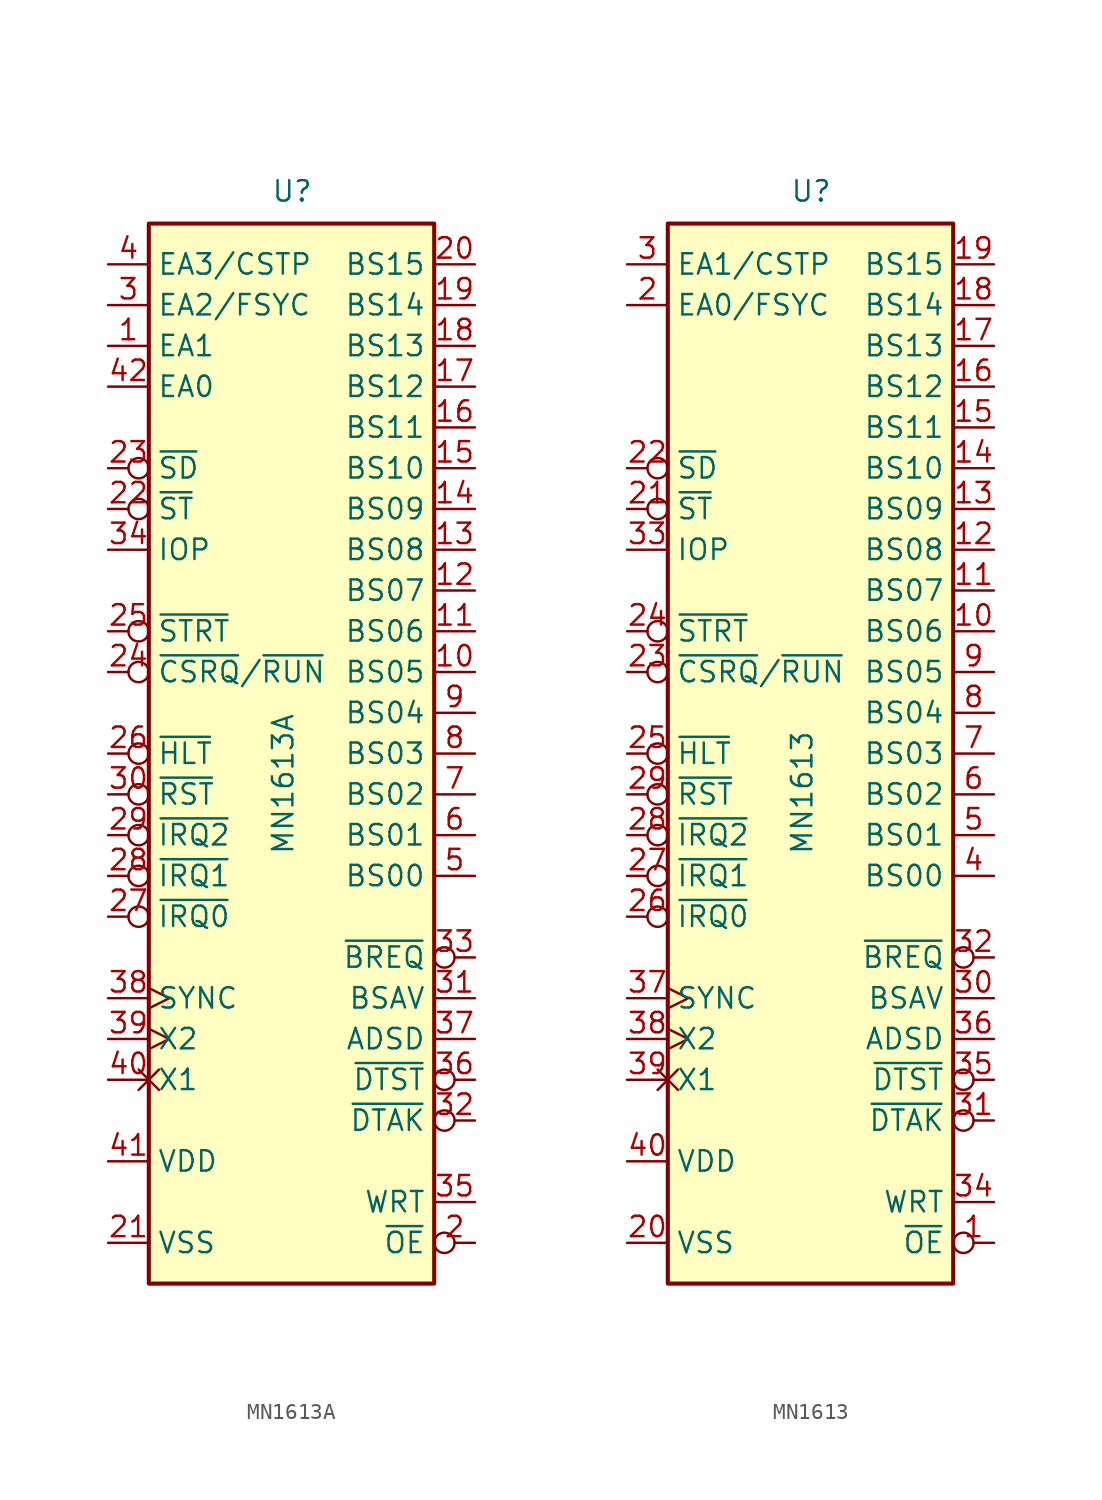
<source format=kicad_sym>
(kicad_symbol_lib
  (version 20211014)
  (generator kicad_symbol_editor)
  (symbol "MN1613A"
    (property "Reference" "U"
      (at -1.27 34.29 0)
      (effects (font (size 1.27 1.27)) (justify left bottom)))
    (property "Value" "MN1613A"
      (at -1.27 -6.35 90)
      (effects (font (size 1.27 1.27)) (justify left top)))
    (symbol "MN1613A_0_0"
      (pin output line (at -11.43 25.4 0) (length 2.54) (name "EA1" (effects (font (size 1.27 1.27)))) (number "1" (effects (font (size 1.27 1.27)))))
      (pin output line (at -11.43 22.86 0) (length 2.54) (name "EA0" (effects (font (size 1.27 1.27)))) (number "42" (effects (font (size 1.27 1.27))))))
    (symbol "MN1613A_0_1"
      (rectangle (start -8.89 -33.02) (end 8.89 33.02) (stroke (width 0.254) (type default) (color 0 0 0 0)) (fill (type background))))
    (symbol "MN1613A_1_1"
      (pin output line (at 11.43 5.08 180) (length 2.54) (name "BS05" (effects (font (size 1.27 1.27)))) (number "10" (effects (font (size 1.27 1.27)))))
      (pin output line (at 11.43 7.62 180) (length 2.54) (name "BS06" (effects (font (size 1.27 1.27)))) (number "11" (effects (font (size 1.27 1.27)))))
      (pin output line (at 11.43 10.16 180) (length 2.54) (name "BS07" (effects (font (size 1.27 1.27)))) (number "12" (effects (font (size 1.27 1.27)))))
      (pin output line (at 11.43 12.7 180) (length 2.54) (name "BS08" (effects (font (size 1.27 1.27)))) (number "13" (effects (font (size 1.27 1.27)))))
      (pin output line (at 11.43 15.24 180) (length 2.54) (name "BS09" (effects (font (size 1.27 1.27)))) (number "14" (effects (font (size 1.27 1.27)))))
      (pin output line (at 11.43 17.78 180) (length 2.54) (name "BS10" (effects (font (size 1.27 1.27)))) (number "15" (effects (font (size 1.27 1.27)))))
      (pin output line (at 11.43 20.32 180) (length 2.54) (name "BS11" (effects (font (size 1.27 1.27)))) (number "16" (effects (font (size 1.27 1.27)))))
      (pin output line (at 11.43 22.86 180) (length 2.54) (name "BS12" (effects (font (size 1.27 1.27)))) (number "17" (effects (font (size 1.27 1.27)))))
      (pin output line (at 11.43 25.4 180) (length 2.54) (name "BS13" (effects (font (size 1.27 1.27)))) (number "18" (effects (font (size 1.27 1.27)))))
      (pin output line (at 11.43 27.94 180) (length 2.54) (name "BS14" (effects (font (size 1.27 1.27)))) (number "19" (effects (font (size 1.27 1.27)))))
      (pin output inverted (at 11.43 -30.48 180) (length 2.54) (name "~{OE}" (effects (font (size 1.27 1.27)))) (number "2" (effects (font (size 1.27 1.27)))))
      (pin output line (at 11.43 30.48 180) (length 2.54) (name "BS15" (effects (font (size 1.27 1.27)))) (number "20" (effects (font (size 1.27 1.27)))))
      (pin power_in line (at -11.43 -30.48 0) (length 2.54) (name "VSS" (effects (font (size 1.27 1.27)))) (number "21" (effects (font (size 1.27 1.27)))))
      (pin output inverted (at -11.43 15.24 0) (length 2.54) (name "~{ST}" (effects (font (size 1.27 1.27)))) (number "22" (effects (font (size 1.27 1.27)))))
      (pin output inverted (at -11.43 17.78 0) (length 2.54) (name "~{SD}" (effects (font (size 1.27 1.27)))) (number "23" (effects (font (size 1.27 1.27)))))
      (pin input inverted (at -11.43 5.08 0) (length 2.54) (name "~{CSRQ}/~{RUN}" (effects (font (size 1.27 1.27)))) (number "24" (effects (font (size 1.27 1.27)))))
      (pin input inverted (at -11.43 7.62 0) (length 2.54) (name "~{STRT}" (effects (font (size 1.27 1.27)))) (number "25" (effects (font (size 1.27 1.27)))))
      (pin input inverted (at -11.43 0 0) (length 2.54) (name "~{HLT}" (effects (font (size 1.27 1.27)))) (number "26" (effects (font (size 1.27 1.27)))))
      (pin input inverted (at -11.43 -10.16 0) (length 2.54) (name "~{IRQ0}" (effects (font (size 1.27 1.27)))) (number "27" (effects (font (size 1.27 1.27)))))
      (pin input inverted (at -11.43 -7.62 0) (length 2.54) (name "~{IRQ1}" (effects (font (size 1.27 1.27)))) (number "28" (effects (font (size 1.27 1.27)))))
      (pin input inverted (at -11.43 -5.08 0) (length 2.54) (name "~{IRQ2}" (effects (font (size 1.27 1.27)))) (number "29" (effects (font (size 1.27 1.27)))))
      (pin output line (at -11.43 27.94 0) (length 2.54) (name "EA2/FSYC" (effects (font (size 1.27 1.27)))) (number "3" (effects (font (size 1.27 1.27)))))
      (pin input inverted (at -11.43 -2.54 0) (length 2.54) (name "~{RST}" (effects (font (size 1.27 1.27)))) (number "30" (effects (font (size 1.27 1.27)))))
      (pin input line (at 11.43 -15.24 180) (length 2.54) (name "BSAV" (effects (font (size 1.27 1.27)))) (number "31" (effects (font (size 1.27 1.27)))))
      (pin input inverted (at 11.43 -22.86 180) (length 2.54) (name "~{DTAK}" (effects (font (size 1.27 1.27)))) (number "32" (effects (font (size 1.27 1.27)))))
      (pin output inverted (at 11.43 -12.7 180) (length 2.54) (name "~{BREQ}" (effects (font (size 1.27 1.27)))) (number "33" (effects (font (size 1.27 1.27)))))
      (pin output line (at -11.43 12.7 0) (length 2.54) (name "IOP" (effects (font (size 1.27 1.27)))) (number "34" (effects (font (size 1.27 1.27)))))
      (pin output line (at 11.43 -27.94 180) (length 2.54) (name "WRT" (effects (font (size 1.27 1.27)))) (number "35" (effects (font (size 1.27 1.27)))))
      (pin output inverted (at 11.43 -20.32 180) (length 2.54) (name "~{DTST}" (effects (font (size 1.27 1.27)))) (number "36" (effects (font (size 1.27 1.27)))))
      (pin output line (at 11.43 -17.78 180) (length 2.54) (name "ADSD" (effects (font (size 1.27 1.27)))) (number "37" (effects (font (size 1.27 1.27)))))
      (pin output clock (at -11.43 -15.24 0) (length 2.54) (name "SYNC" (effects (font (size 1.27 1.27)))) (number "38" (effects (font (size 1.27 1.27)))))
      (pin input clock (at -11.43 -17.78 0) (length 2.54) (name "X2" (effects (font (size 1.27 1.27)))) (number "39" (effects (font (size 1.27 1.27)))))
      (pin output line (at -11.43 30.48 0) (length 2.54) (name "EA3/CSTP" (effects (font (size 1.27 1.27)))) (number "4" (effects (font (size 1.27 1.27)))))
      (pin passive non_logic (at -11.43 -20.32 0) (length 2.54) (name "X1" (effects (font (size 1.27 1.27)))) (number "40" (effects (font (size 1.27 1.27)))))
      (pin power_in line (at -11.43 -25.4 0) (length 2.54) (name "VDD" (effects (font (size 1.27 1.27)))) (number "41" (effects (font (size 1.27 1.27)))))
      (pin output line (at 11.43 -7.62 180) (length 2.54) (name "BS00" (effects (font (size 1.27 1.27)))) (number "5" (effects (font (size 1.27 1.27)))))
      (pin output line (at 11.43 -5.08 180) (length 2.54) (name "BS01" (effects (font (size 1.27 1.27)))) (number "6" (effects (font (size 1.27 1.27)))))
      (pin output line (at 11.43 -2.54 180) (length 2.54) (name "BS02" (effects (font (size 1.27 1.27)))) (number "7" (effects (font (size 1.27 1.27)))))
      (pin output line (at 11.43 0 180) (length 2.54) (name "BS03" (effects (font (size 1.27 1.27)))) (number "8" (effects (font (size 1.27 1.27)))))
      (pin output line (at 11.43 2.54 180) (length 2.54) (name "BS04" (effects (font (size 1.27 1.27)))) (number "9" (effects (font (size 1.27 1.27)))))))
  (symbol "MN1613"
    (property "Reference" "U"
      (at -1.27 34.29 0)
      (effects (font (size 1.27 1.27)) (justify left bottom)))
    (property "Value" "MN1613"
      (at -1.27 -6.35 90)
      (effects (font (size 1.27 1.27)) (justify left top)))
    (symbol "MN1613_0_1"
      (rectangle (start -8.89 -33.02) (end 8.89 33.02) (stroke (width 0.254) (type default) (color 0 0 0 0)) (fill (type background))))
    (symbol "MN1613_1_1"
      (pin output inverted (at 11.43 -30.48 180) (length 2.54) (name "~{OE}" (effects (font (size 1.27 1.27)))) (number "1" (effects (font (size 1.27 1.27)))))
      (pin output line (at 11.43 7.62 180) (length 2.54) (name "BS06" (effects (font (size 1.27 1.27)))) (number "10" (effects (font (size 1.27 1.27)))))
      (pin output line (at 11.43 10.16 180) (length 2.54) (name "BS07" (effects (font (size 1.27 1.27)))) (number "11" (effects (font (size 1.27 1.27)))))
      (pin output line (at 11.43 12.7 180) (length 2.54) (name "BS08" (effects (font (size 1.27 1.27)))) (number "12" (effects (font (size 1.27 1.27)))))
      (pin output line (at 11.43 15.24 180) (length 2.54) (name "BS09" (effects (font (size 1.27 1.27)))) (number "13" (effects (font (size 1.27 1.27)))))
      (pin output line (at 11.43 17.78 180) (length 2.54) (name "BS10" (effects (font (size 1.27 1.27)))) (number "14" (effects (font (size 1.27 1.27)))))
      (pin output line (at 11.43 20.32 180) (length 2.54) (name "BS11" (effects (font (size 1.27 1.27)))) (number "15" (effects (font (size 1.27 1.27)))))
      (pin output line (at 11.43 22.86 180) (length 2.54) (name "BS12" (effects (font (size 1.27 1.27)))) (number "16" (effects (font (size 1.27 1.27)))))
      (pin output line (at 11.43 25.4 180) (length 2.54) (name "BS13" (effects (font (size 1.27 1.27)))) (number "17" (effects (font (size 1.27 1.27)))))
      (pin output line (at 11.43 27.94 180) (length 2.54) (name "BS14" (effects (font (size 1.27 1.27)))) (number "18" (effects (font (size 1.27 1.27)))))
      (pin output line (at 11.43 30.48 180) (length 2.54) (name "BS15" (effects (font (size 1.27 1.27)))) (number "19" (effects (font (size 1.27 1.27)))))
      (pin output line (at -11.43 27.94 0) (length 2.54) (name "EA0/FSYC" (effects (font (size 1.27 1.27)))) (number "2" (effects (font (size 1.27 1.27)))))
      (pin power_in line (at -11.43 -30.48 0) (length 2.54) (name "VSS" (effects (font (size 1.27 1.27)))) (number "20" (effects (font (size 1.27 1.27)))))
      (pin output inverted (at -11.43 15.24 0) (length 2.54) (name "~{ST}" (effects (font (size 1.27 1.27)))) (number "21" (effects (font (size 1.27 1.27)))))
      (pin output inverted (at -11.43 17.78 0) (length 2.54) (name "~{SD}" (effects (font (size 1.27 1.27)))) (number "22" (effects (font (size 1.27 1.27)))))
      (pin input inverted (at -11.43 5.08 0) (length 2.54) (name "~{CSRQ}/~{RUN}" (effects (font (size 1.27 1.27)))) (number "23" (effects (font (size 1.27 1.27)))))
      (pin input inverted (at -11.43 7.62 0) (length 2.54) (name "~{STRT}" (effects (font (size 1.27 1.27)))) (number "24" (effects (font (size 1.27 1.27)))))
      (pin input inverted (at -11.43 0 0) (length 2.54) (name "~{HLT}" (effects (font (size 1.27 1.27)))) (number "25" (effects (font (size 1.27 1.27)))))
      (pin input inverted (at -11.43 -10.16 0) (length 2.54) (name "~{IRQ0}" (effects (font (size 1.27 1.27)))) (number "26" (effects (font (size 1.27 1.27)))))
      (pin input inverted (at -11.43 -7.62 0) (length 2.54) (name "~{IRQ1}" (effects (font (size 1.27 1.27)))) (number "27" (effects (font (size 1.27 1.27)))))
      (pin input inverted (at -11.43 -5.08 0) (length 2.54) (name "~{IRQ2}" (effects (font (size 1.27 1.27)))) (number "28" (effects (font (size 1.27 1.27)))))
      (pin input inverted (at -11.43 -2.54 0) (length 2.54) (name "~{RST}" (effects (font (size 1.27 1.27)))) (number "29" (effects (font (size 1.27 1.27)))))
      (pin output line (at -11.43 30.48 0) (length 2.54) (name "EA1/CSTP" (effects (font (size 1.27 1.27)))) (number "3" (effects (font (size 1.27 1.27)))))
      (pin input line (at 11.43 -15.24 180) (length 2.54) (name "BSAV" (effects (font (size 1.27 1.27)))) (number "30" (effects (font (size 1.27 1.27)))))
      (pin input inverted (at 11.43 -22.86 180) (length 2.54) (name "~{DTAK}" (effects (font (size 1.27 1.27)))) (number "31" (effects (font (size 1.27 1.27)))))
      (pin output inverted (at 11.43 -12.7 180) (length 2.54) (name "~{BREQ}" (effects (font (size 1.27 1.27)))) (number "32" (effects (font (size 1.27 1.27)))))
      (pin output line (at -11.43 12.7 0) (length 2.54) (name "IOP" (effects (font (size 1.27 1.27)))) (number "33" (effects (font (size 1.27 1.27)))))
      (pin output line (at 11.43 -27.94 180) (length 2.54) (name "WRT" (effects (font (size 1.27 1.27)))) (number "34" (effects (font (size 1.27 1.27)))))
      (pin output inverted (at 11.43 -20.32 180) (length 2.54) (name "~{DTST}" (effects (font (size 1.27 1.27)))) (number "35" (effects (font (size 1.27 1.27)))))
      (pin output line (at 11.43 -17.78 180) (length 2.54) (name "ADSD" (effects (font (size 1.27 1.27)))) (number "36" (effects (font (size 1.27 1.27)))))
      (pin output clock (at -11.43 -15.24 0) (length 2.54) (name "SYNC" (effects (font (size 1.27 1.27)))) (number "37" (effects (font (size 1.27 1.27)))))
      (pin input clock (at -11.43 -17.78 0) (length 2.54) (name "X2" (effects (font (size 1.27 1.27)))) (number "38" (effects (font (size 1.27 1.27)))))
      (pin passive non_logic (at -11.43 -20.32 0) (length 2.54) (name "X1" (effects (font (size 1.27 1.27)))) (number "39" (effects (font (size 1.27 1.27)))))
      (pin output line (at 11.43 -7.62 180) (length 2.54) (name "BS00" (effects (font (size 1.27 1.27)))) (number "4" (effects (font (size 1.27 1.27)))))
      (pin power_in line (at -11.43 -25.4 0) (length 2.54) (name "VDD" (effects (font (size 1.27 1.27)))) (number "40" (effects (font (size 1.27 1.27)))))
      (pin output line (at 11.43 -5.08 180) (length 2.54) (name "BS01" (effects (font (size 1.27 1.27)))) (number "5" (effects (font (size 1.27 1.27)))))
      (pin output line (at 11.43 -2.54 180) (length 2.54) (name "BS02" (effects (font (size 1.27 1.27)))) (number "6" (effects (font (size 1.27 1.27)))))
      (pin output line (at 11.43 0 180) (length 2.54) (name "BS03" (effects (font (size 1.27 1.27)))) (number "7" (effects (font (size 1.27 1.27)))))
      (pin output line (at 11.43 2.54 180) (length 2.54) (name "BS04" (effects (font (size 1.27 1.27)))) (number "8" (effects (font (size 1.27 1.27)))))
      (pin output line (at 11.43 5.08 180) (length 2.54) (name "BS05" (effects (font (size 1.27 1.27)))) (number "9" (effects (font (size 1.27 1.27))))))))
</source>
